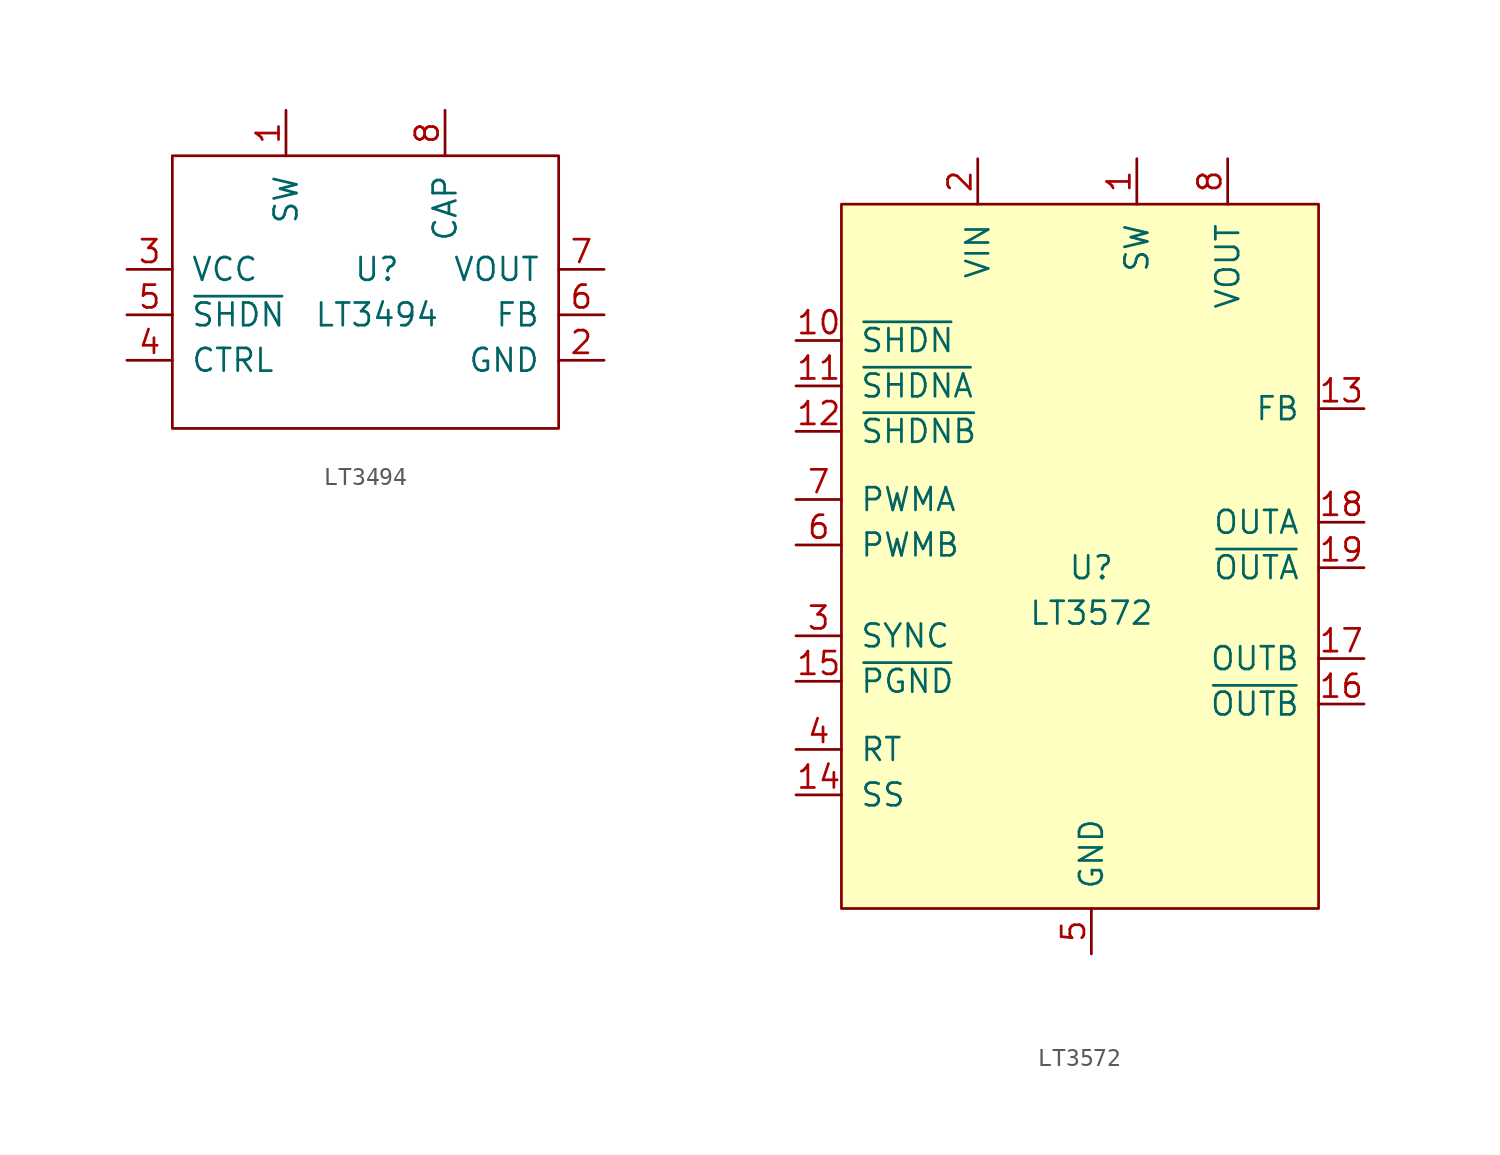
<source format=kicad_sym>
(kicad_symbol_lib
  (version 20220914)
  (generator kicad_symbol_editor)
  (symbol "LT3494"
    (pin_names
      (offset 1.016))
    (property "Reference" "U"
      (at 0 1.27 0)
      (effects (font (size 1.27 1.27))))
    (property "Value" "LT3494"
      (at 0 -1.27 0)
      (effects (font (size 1.27 1.27))))
    (symbol "LT3494_0_1"
      (rectangle (start -11.43 7.62) (end 10.16 -7.62) (stroke (width 0) (type solid)) (fill (type none))))
    (symbol "LT3494_1_1"
      (pin input line (at -5.08 10.16 270) (length 2.54) (name "SW" (effects (font (size 1.27 1.27)))) (number "1" (effects (font (size 1.27 1.27)))))
      (pin power_in line (at 12.7 -3.81 180) (length 2.54) (name "GND" (effects (font (size 1.27 1.27)))) (number "2" (effects (font (size 1.27 1.27)))))
      (pin power_in line (at -13.97 1.27 0) (length 2.54) (name "VCC" (effects (font (size 1.27 1.27)))) (number "3" (effects (font (size 1.27 1.27)))))
      (pin input line (at -13.97 -3.81 0) (length 2.54) (name "CTRL" (effects (font (size 1.27 1.27)))) (number "4" (effects (font (size 1.27 1.27)))))
      (pin input line (at -13.97 -1.27 0) (length 2.54) (name "~{SHDN}" (effects (font (size 1.27 1.27)))) (number "5" (effects (font (size 1.27 1.27)))))
      (pin input line (at 12.7 -1.27 180) (length 2.54) (name "FB" (effects (font (size 1.27 1.27)))) (number "6" (effects (font (size 1.27 1.27)))))
      (pin power_in line (at 12.7 1.27 180) (length 2.54) (name "VOUT" (effects (font (size 1.27 1.27)))) (number "7" (effects (font (size 1.27 1.27)))))
      (pin input line (at 3.81 10.16 270) (length 2.54) (name "CAP" (effects (font (size 1.27 1.27)))) (number "8" (effects (font (size 1.27 1.27)))))
      (pin unspecified line (at 12.7 -3.81 180) (length 2.54) hide (name "EP" (effects (font (size 1.27 1.27)))) (number "9" (effects (font (size 1.27 1.27)))))))
  (symbol "LT3572"
    (pin_names
      (offset 1.016))
    (property "Reference" "U"
      (at 0 1.27 0)
      (effects (font (size 1.27 1.27))))
    (property "Value" "LT3572"
      (at 0 -1.27 0)
      (effects (font (size 1.27 1.27))))
    (symbol "LT3572_0_1"
      (rectangle (start -13.97 21.59) (end 12.7 -17.78) (stroke (width 0) (type solid)) (fill (type background))))
    (symbol "LT3572_1_1"
      (pin output line (at 2.54 24.13 270) (length 2.54) (name "SW" (effects (font (size 1.27 1.27)))) (number "1" (effects (font (size 1.27 1.27)))))
      (pin input line (at -16.51 13.97 0) (length 2.54) (name "~{SHDN}" (effects (font (size 1.27 1.27)))) (number "10" (effects (font (size 1.27 1.27)))))
      (pin input line (at -16.51 11.43 0) (length 2.54) (name "~{SHDNA}" (effects (font (size 1.27 1.27)))) (number "11" (effects (font (size 1.27 1.27)))))
      (pin input line (at -16.51 8.89 0) (length 2.54) (name "~{SHDNB}" (effects (font (size 1.27 1.27)))) (number "12" (effects (font (size 1.27 1.27)))))
      (pin input line (at 15.24 10.16 180) (length 2.54) (name "FB" (effects (font (size 1.27 1.27)))) (number "13" (effects (font (size 1.27 1.27)))))
      (pin input line (at -16.51 -11.43 0) (length 2.54) (name "SS" (effects (font (size 1.27 1.27)))) (number "14" (effects (font (size 1.27 1.27)))))
      (pin output line (at -16.51 -5.08 0) (length 2.54) (name "~{PGND}" (effects (font (size 1.27 1.27)))) (number "15" (effects (font (size 1.27 1.27)))))
      (pin input line (at 15.24 -6.35 180) (length 2.54) (name "~{OUTB}" (effects (font (size 1.27 1.27)))) (number "16" (effects (font (size 1.27 1.27)))))
      (pin input line (at 15.24 -3.81 180) (length 2.54) (name "OUTB" (effects (font (size 1.27 1.27)))) (number "17" (effects (font (size 1.27 1.27)))))
      (pin input line (at 15.24 3.81 180) (length 2.54) (name "OUTA" (effects (font (size 1.27 1.27)))) (number "18" (effects (font (size 1.27 1.27)))))
      (pin input line (at 15.24 1.27 180) (length 2.54) (name "~{OUTA}" (effects (font (size 1.27 1.27)))) (number "19" (effects (font (size 1.27 1.27)))))
      (pin input line (at -6.35 24.13 270) (length 2.54) (name "VIN" (effects (font (size 1.27 1.27)))) (number "2" (effects (font (size 1.27 1.27)))))
      (pin input line (at 0 -20.32 90) (length 2.54) hide (name "GND" (effects (font (size 1.27 1.27)))) (number "20" (effects (font (size 1.27 1.27)))))
      (pin input line (at 0 -20.32 90) (length 2.54) hide (name "GND" (effects (font (size 1.27 1.27)))) (number "21" (effects (font (size 1.27 1.27)))))
      (pin output line (at -16.51 -2.54 0) (length 2.54) (name "SYNC" (effects (font (size 1.27 1.27)))) (number "3" (effects (font (size 1.27 1.27)))))
      (pin input line (at -16.51 -8.89 0) (length 2.54) (name "RT" (effects (font (size 1.27 1.27)))) (number "4" (effects (font (size 1.27 1.27)))))
      (pin input line (at 0 -20.32 90) (length 2.54) (name "GND" (effects (font (size 1.27 1.27)))) (number "5" (effects (font (size 1.27 1.27)))))
      (pin input line (at -16.51 2.54 0) (length 2.54) (name "PWMB" (effects (font (size 1.27 1.27)))) (number "6" (effects (font (size 1.27 1.27)))))
      (pin input line (at -16.51 5.08 0) (length 2.54) (name "PWMA" (effects (font (size 1.27 1.27)))) (number "7" (effects (font (size 1.27 1.27)))))
      (pin output line (at 7.62 24.13 270) (length 2.54) (name "VOUT" (effects (font (size 1.27 1.27)))) (number "8" (effects (font (size 1.27 1.27)))))
      (pin input line (at 0 -20.32 90) (length 2.54) hide (name "GND" (effects (font (size 1.27 1.27)))) (number "9" (effects (font (size 1.27 1.27))))))))
</source>
